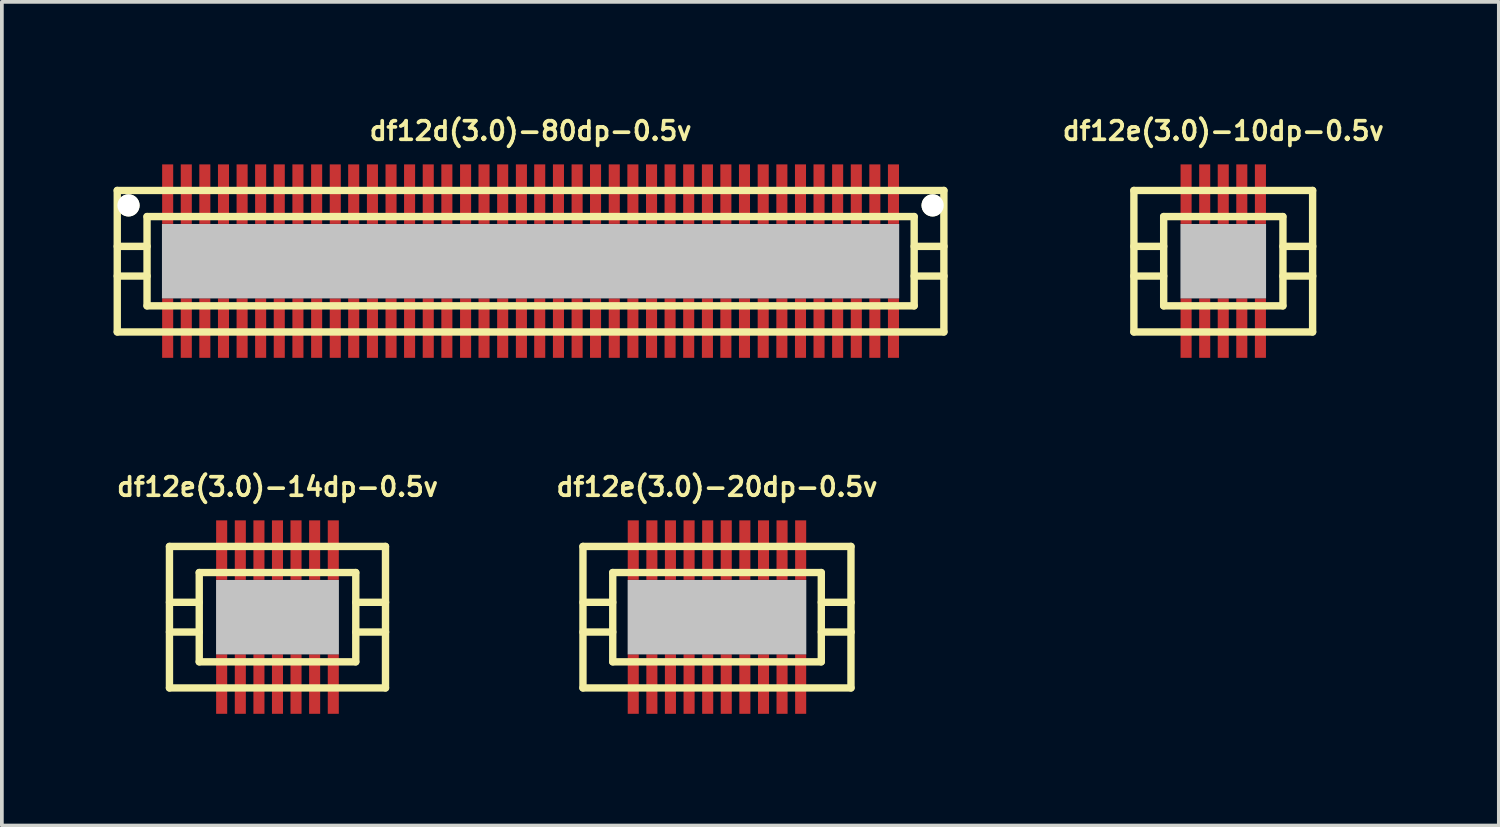
<source format=kicad_pcb>
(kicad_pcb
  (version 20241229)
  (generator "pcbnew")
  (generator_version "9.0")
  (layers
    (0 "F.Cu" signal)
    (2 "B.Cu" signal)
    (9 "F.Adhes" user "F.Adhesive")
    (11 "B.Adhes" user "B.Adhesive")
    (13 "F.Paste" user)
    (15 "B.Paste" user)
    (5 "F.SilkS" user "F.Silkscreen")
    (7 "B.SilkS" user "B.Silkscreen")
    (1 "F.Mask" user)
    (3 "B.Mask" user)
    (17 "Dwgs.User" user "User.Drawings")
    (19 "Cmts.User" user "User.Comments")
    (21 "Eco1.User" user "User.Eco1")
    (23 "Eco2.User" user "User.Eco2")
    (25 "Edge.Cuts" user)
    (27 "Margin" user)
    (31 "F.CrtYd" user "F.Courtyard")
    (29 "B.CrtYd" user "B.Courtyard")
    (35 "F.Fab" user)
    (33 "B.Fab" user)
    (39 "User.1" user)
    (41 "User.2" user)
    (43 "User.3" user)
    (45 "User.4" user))
  (footprint "df12e(3.0)-14dp-0.5v"
    (layer "F.Cu")
    (at 4.402 13.525)
    (property "Reference" "df12e(3.0)-14dp-0.5v" (at 0 -3.5 0) (layer "F.SilkS") (effects (font (size 0.498 0.498) (thickness 0.099))))
    (attr smd)
    (fp_line (start -2.901 -1.9) (end -2.901 1.9) (stroke (width 0.198) (type solid)) (layer "F.SilkS"))
    (fp_line (start -2.901 -1.9) (end 2.901 -1.9) (stroke (width 0.198) (type solid)) (layer "F.SilkS"))
    (fp_line (start -2.101 -0.399) (end -2.901 -0.399) (stroke (width 0.198) (type solid)) (layer "F.SilkS"))
    (fp_line (start -2.101 0.399) (end -2.901 0.399) (stroke (width 0.198) (type solid)) (layer "F.SilkS"))
    (fp_line (start -2.101 1.199) (end -2.101 -1.199) (stroke (width 0.198) (type solid)) (layer "F.SilkS"))
    (fp_line (start -2.101 1.199) (end 2.101 1.199) (stroke (width 0.198) (type solid)) (layer "F.SilkS"))
    (fp_line (start 2.101 -1.199) (end -2.101 -1.199) (stroke (width 0.198) (type solid)) (layer "F.SilkS"))
    (fp_line (start 2.103 -1.199) (end 2.103 1.199) (stroke (width 0.198) (type solid)) (layer "F.SilkS"))
    (fp_line (start 2.103 -0.399) (end 2.903 -0.399) (stroke (width 0.198) (type solid)) (layer "F.SilkS"))
    (fp_line (start 2.901 1.9) (end -2.901 1.9) (stroke (width 0.198) (type solid)) (layer "F.SilkS"))
    (fp_line (start 2.901 1.9) (end 2.901 -1.9) (stroke (width 0.198) (type solid)) (layer "F.SilkS"))
    (fp_line (start 2.903 0.399) (end 2.103 0.399) (stroke (width 0.198) (type solid)) (layer "F.SilkS"))
    (pad "" smd rect (at 0 0) (size 3.299 1.999) (layers "Dwgs.User"))
    (pad "1" smd rect (at 1.499 1.796) (size 0.297 1.598) (layers "F.Cu" "F.Mask" "F.Paste"))
    (pad "2" smd rect (at 0.998 1.796) (size 0.297 1.598) (layers "F.Cu" "F.Mask" "F.Paste"))
    (pad "3" smd rect (at 0.498 1.796) (size 0.297 1.598) (layers "F.Cu" "F.Mask" "F.Paste"))
    (pad "4" smd rect (at 0 1.796) (size 0.297 1.598) (layers "F.Cu" "F.Mask" "F.Paste"))
    (pad "5" smd rect (at -0.498 1.796) (size 0.297 1.598) (layers "F.Cu" "F.Mask" "F.Paste"))
    (pad "6" smd rect (at -0.998 1.796) (size 0.297 1.598) (layers "F.Cu" "F.Mask" "F.Paste"))
    (pad "7" smd rect (at -1.499 1.796) (size 0.297 1.598) (layers "F.Cu" "F.Mask" "F.Paste"))
    (pad "8" smd rect (at -1.499 -1.801) (size 0.297 1.598) (layers "F.Cu" "F.Mask" "F.Paste"))
    (pad "9" smd rect (at -0.998 -1.801) (size 0.297 1.598) (layers "F.Cu" "F.Mask" "F.Paste"))
    (pad "10" smd rect (at -0.498 -1.801) (size 0.297 1.598) (layers "F.Cu" "F.Mask" "F.Paste"))
    (pad "11" smd rect (at 0 -1.801) (size 0.297 1.598) (layers "F.Cu" "F.Mask" "F.Paste"))
    (pad "12" smd rect (at 0.498 -1.801) (size 0.297 1.598) (layers "F.Cu" "F.Mask" "F.Paste"))
    (pad "13" smd rect (at 0.998 -1.801) (size 0.297 1.598) (layers "F.Cu" "F.Mask" "F.Paste"))
    (pad "14" smd rect (at 1.499 -1.801) (size 0.297 1.598) (layers "F.Cu" "F.Mask" "F.Paste")))
  (footprint "df12e(3.0)-10dp-0.5v"
    (layer "F.Cu")
    (at 29.802 3.965)
    (property "Reference" "df12e(3.0)-10dp-0.5v" (at 0 -3.5 0) (layer "F.SilkS") (effects (font (size 0.498 0.498) (thickness 0.099))))
    (attr smd)
    (fp_line (start -2.4 -1.9) (end -2.4 1.9) (stroke (width 0.198) (type solid)) (layer "F.SilkS"))
    (fp_line (start -2.4 -1.9) (end 2.4 -1.9) (stroke (width 0.198) (type solid)) (layer "F.SilkS"))
    (fp_line (start -1.6 -0.399) (end -2.4 -0.399) (stroke (width 0.198) (type solid)) (layer "F.SilkS"))
    (fp_line (start -1.6 0.399) (end -2.4 0.399) (stroke (width 0.198) (type solid)) (layer "F.SilkS"))
    (fp_line (start -1.6 1.199) (end -1.6 -1.199) (stroke (width 0.198) (type solid)) (layer "F.SilkS"))
    (fp_line (start -1.6 1.199) (end 1.6 1.199) (stroke (width 0.198) (type solid)) (layer "F.SilkS"))
    (fp_line (start 1.6 -1.199) (end -1.6 -1.199) (stroke (width 0.198) (type solid)) (layer "F.SilkS"))
    (fp_line (start 1.603 -1.199) (end 1.603 1.199) (stroke (width 0.198) (type solid)) (layer "F.SilkS"))
    (fp_line (start 1.603 -0.399) (end 2.403 -0.399) (stroke (width 0.198) (type solid)) (layer "F.SilkS"))
    (fp_line (start 2.4 1.9) (end -2.4 1.9) (stroke (width 0.198) (type solid)) (layer "F.SilkS"))
    (fp_line (start 2.4 1.9) (end 2.4 -1.9) (stroke (width 0.198) (type solid)) (layer "F.SilkS"))
    (fp_line (start 2.403 0.399) (end 1.603 0.399) (stroke (width 0.198) (type solid)) (layer "F.SilkS"))
    (pad "" smd rect (at 0 0) (size 2.299 1.999) (layers "Dwgs.User"))
    (pad "1" smd rect (at 0.998 1.796) (size 0.297 1.598) (layers "F.Cu" "F.Mask" "F.Paste"))
    (pad "2" smd rect (at 0.498 1.796) (size 0.297 1.598) (layers "F.Cu" "F.Mask" "F.Paste"))
    (pad "3" smd rect (at 0 1.796) (size 0.297 1.598) (layers "F.Cu" "F.Mask" "F.Paste"))
    (pad "4" smd rect (at -0.498 1.796) (size 0.297 1.598) (layers "F.Cu" "F.Mask" "F.Paste"))
    (pad "5" smd rect (at -0.998 1.796) (size 0.297 1.598) (layers "F.Cu" "F.Mask" "F.Paste"))
    (pad "6" smd rect (at -0.998 -1.801) (size 0.297 1.598) (layers "F.Cu" "F.Mask" "F.Paste"))
    (pad "7" smd rect (at -0.498 -1.801) (size 0.297 1.598) (layers "F.Cu" "F.Mask" "F.Paste"))
    (pad "8" smd rect (at 0 -1.801) (size 0.297 1.598) (layers "F.Cu" "F.Mask" "F.Paste"))
    (pad "9" smd rect (at 0.498 -1.801) (size 0.297 1.598) (layers "F.Cu" "F.Mask" "F.Paste"))
    (pad "10" smd rect (at 0.998 -1.801) (size 0.297 1.598) (layers "F.Cu" "F.Mask" "F.Paste")))
  (footprint "df12e(3.0)-20dp-0.5v"
    (layer "F.Cu")
    (at 16.205 13.525)
    (property "Reference" "df12e(3.0)-20dp-0.5v" (at 0 -3.5 0) (layer "F.SilkS") (effects (font (size 0.498 0.498) (thickness 0.099))))
    (attr smd)
    (fp_line (start -3.599 -1.9) (end -3.599 1.9) (stroke (width 0.198) (type solid)) (layer "F.SilkS"))
    (fp_line (start -3.599 -1.9) (end 3.599 -1.9) (stroke (width 0.198) (type solid)) (layer "F.SilkS"))
    (fp_line (start -2.799 -0.399) (end -3.599 -0.399) (stroke (width 0.198) (type solid)) (layer "F.SilkS"))
    (fp_line (start -2.799 0.399) (end -3.599 0.399) (stroke (width 0.198) (type solid)) (layer "F.SilkS"))
    (fp_line (start -2.799 1.199) (end -2.799 -1.199) (stroke (width 0.198) (type solid)) (layer "F.SilkS"))
    (fp_line (start -2.799 1.199) (end 2.799 1.199) (stroke (width 0.198) (type solid)) (layer "F.SilkS"))
    (fp_line (start 2.799 -1.199) (end -2.799 -1.199) (stroke (width 0.198) (type solid)) (layer "F.SilkS"))
    (fp_line (start 2.802 -1.199) (end 2.802 1.199) (stroke (width 0.198) (type solid)) (layer "F.SilkS"))
    (fp_line (start 2.802 -0.399) (end 3.602 -0.399) (stroke (width 0.198) (type solid)) (layer "F.SilkS"))
    (fp_line (start 3.599 1.9) (end -3.599 1.9) (stroke (width 0.198) (type solid)) (layer "F.SilkS"))
    (fp_line (start 3.599 1.9) (end 3.599 -1.9) (stroke (width 0.198) (type solid)) (layer "F.SilkS"))
    (fp_line (start 3.602 0.399) (end 2.802 0.399) (stroke (width 0.198) (type solid)) (layer "F.SilkS"))
    (pad "" smd rect (at 0 0) (size 4.798 1.999) (layers "Dwgs.User"))
    (pad "1" smd rect (at 2.248 1.796) (size 0.297 1.598) (layers "F.Cu" "F.Mask" "F.Paste"))
    (pad "2" smd rect (at 1.748 1.796) (size 0.297 1.598) (layers "F.Cu" "F.Mask" "F.Paste"))
    (pad "3" smd rect (at 1.25 1.796) (size 0.297 1.598) (layers "F.Cu" "F.Mask" "F.Paste"))
    (pad "4" smd rect (at 0.749 1.796) (size 0.297 1.598) (layers "F.Cu" "F.Mask" "F.Paste"))
    (pad "5" smd rect (at 0.249 1.796) (size 0.297 1.598) (layers "F.Cu" "F.Mask" "F.Paste"))
    (pad "6" smd rect (at -0.249 1.796) (size 0.297 1.598) (layers "F.Cu" "F.Mask" "F.Paste"))
    (pad "7" smd rect (at -0.749 1.796) (size 0.297 1.598) (layers "F.Cu" "F.Mask" "F.Paste"))
    (pad "8" smd rect (at -1.25 1.796) (size 0.297 1.598) (layers "F.Cu" "F.Mask" "F.Paste"))
    (pad "9" smd rect (at -1.748 1.796) (size 0.297 1.598) (layers "F.Cu" "F.Mask" "F.Paste"))
    (pad "10" smd rect (at -2.248 1.796) (size 0.297 1.598) (layers "F.Cu" "F.Mask" "F.Paste"))
    (pad "11" smd rect (at -2.248 -1.801) (size 0.297 1.598) (layers "F.Cu" "F.Mask" "F.Paste"))
    (pad "12" smd rect (at -1.748 -1.801) (size 0.297 1.598) (layers "F.Cu" "F.Mask" "F.Paste"))
    (pad "13" smd rect (at -1.25 -1.801) (size 0.297 1.598) (layers "F.Cu" "F.Mask" "F.Paste"))
    (pad "14" smd rect (at -0.749 -1.801) (size 0.297 1.598) (layers "F.Cu" "F.Mask" "F.Paste"))
    (pad "15" smd rect (at -0.249 -1.801) (size 0.297 1.598) (layers "F.Cu" "F.Mask" "F.Paste"))
    (pad "16" smd rect (at 0.249 -1.801) (size 0.297 1.598) (layers "F.Cu" "F.Mask" "F.Paste"))
    (pad "17" smd rect (at 0.749 -1.801) (size 0.297 1.598) (layers "F.Cu" "F.Mask" "F.Paste"))
    (pad "18" smd rect (at 1.25 -1.801) (size 0.297 1.598) (layers "F.Cu" "F.Mask" "F.Paste"))
    (pad "19" smd rect (at 1.748 -1.801) (size 0.297 1.598) (layers "F.Cu" "F.Mask" "F.Paste"))
    (pad "20" smd rect (at 2.248 -1.801) (size 0.297 1.598) (layers "F.Cu" "F.Mask" "F.Paste")))
  (footprint "df12d(3.0)-80dp-0.5v"
    (layer "F.Cu")
    (at 11.199 3.965)
    (property "Reference" "df12d(3.0)-80dp-0.5v" (at 0 -3.5 0) (layer "F.SilkS") (effects (font (size 0.498 0.498) (thickness 0.099))))
    (attr smd)
    (fp_line (start -11.1 -1.9) (end -11.1 1.9) (stroke (width 0.198) (type solid)) (layer "F.SilkS"))
    (fp_line (start -11.1 -1.9) (end 11.1 -1.9) (stroke (width 0.198) (type solid)) (layer "F.SilkS"))
    (fp_line (start -10.3 -0.399) (end -11.1 -0.399) (stroke (width 0.198) (type solid)) (layer "F.SilkS"))
    (fp_line (start -10.3 0.399) (end -11.1 0.399) (stroke (width 0.198) (type solid)) (layer "F.SilkS"))
    (fp_line (start -10.3 1.199) (end -10.3 -1.199) (stroke (width 0.198) (type solid)) (layer "F.SilkS"))
    (fp_line (start -10.3 1.199) (end 10.3 1.199) (stroke (width 0.198) (type solid)) (layer "F.SilkS"))
    (fp_line (start 10.3 -1.199) (end -10.3 -1.199) (stroke (width 0.198) (type solid)) (layer "F.SilkS"))
    (fp_line (start 10.302 -1.199) (end 10.302 1.199) (stroke (width 0.198) (type solid)) (layer "F.SilkS"))
    (fp_line (start 10.302 -0.399) (end 11.102 -0.399) (stroke (width 0.198) (type solid)) (layer "F.SilkS"))
    (fp_line (start 11.1 1.9) (end -11.1 1.9) (stroke (width 0.198) (type solid)) (layer "F.SilkS"))
    (fp_line (start 11.1 1.9) (end 11.1 -1.9) (stroke (width 0.198) (type solid)) (layer "F.SilkS"))
    (fp_line (start 11.102 0.399) (end 10.302 0.399) (stroke (width 0.198) (type solid)) (layer "F.SilkS"))
    (pad "" np_thru_hole circle (at -10.798 -1.499) (size 0.597 0.597) (drill 0.597) (layers "*.Cu" "*.Mask" "F.SilkS"))
    (pad "" smd rect (at 0 0) (size 19.799 1.999) (layers "Dwgs.User"))
    (pad "" np_thru_hole circle (at 10.798 -1.499) (size 0.597 0.597) (drill 0.597) (layers "*.Cu" "*.Mask" "F.SilkS"))
    (pad "1" smd rect (at 9.746 1.796) (size 0.297 1.598) (layers "F.Cu" "F.Mask" "F.Paste"))
    (pad "2" smd rect (at 9.246 1.796) (size 0.297 1.598) (layers "F.Cu" "F.Mask" "F.Paste"))
    (pad "3" smd rect (at 8.748 1.796) (size 0.297 1.598) (layers "F.Cu" "F.Mask" "F.Paste"))
    (pad "4" smd rect (at 8.247 1.796) (size 0.297 1.598) (layers "F.Cu" "F.Mask" "F.Paste"))
    (pad "5" smd rect (at 7.747 1.796) (size 0.297 1.598) (layers "F.Cu" "F.Mask" "F.Paste"))
    (pad "6" smd rect (at 7.249 1.796) (size 0.297 1.598) (layers "F.Cu" "F.Mask" "F.Paste"))
    (pad "7" smd rect (at 6.749 1.796) (size 0.297 1.598) (layers "F.Cu" "F.Mask" "F.Paste"))
    (pad "8" smd rect (at 6.248 1.796) (size 0.297 1.598) (layers "F.Cu" "F.Mask" "F.Paste"))
    (pad "9" smd rect (at 5.745 1.796) (size 0.297 1.598) (layers "F.Cu" "F.Mask" "F.Paste"))
    (pad "10" smd rect (at 5.245 1.796) (size 0.297 1.598) (layers "F.Cu" "F.Mask" "F.Paste"))
    (pad "11" smd rect (at 4.75 1.796) (size 0.297 1.598) (layers "F.Cu" "F.Mask" "F.Paste"))
    (pad "12" smd rect (at 4.247 1.796) (size 0.297 1.598) (layers "F.Cu" "F.Mask" "F.Paste"))
    (pad "13" smd rect (at 3.747 1.796) (size 0.297 1.598) (layers "F.Cu" "F.Mask" "F.Paste"))
    (pad "14" smd rect (at 3.249 1.796) (size 0.297 1.598) (layers "F.Cu" "F.Mask" "F.Paste"))
    (pad "15" smd rect (at 2.748 1.796) (size 0.297 1.598) (layers "F.Cu" "F.Mask" "F.Paste"))
    (pad "16" smd rect (at 2.248 1.796) (size 0.297 1.598) (layers "F.Cu" "F.Mask" "F.Paste"))
    (pad "17" smd rect (at 1.745 1.796) (size 0.297 1.598) (layers "F.Cu" "F.Mask" "F.Paste"))
    (pad "18" smd rect (at 1.25 1.796) (size 0.297 1.598) (layers "F.Cu" "F.Mask" "F.Paste"))
    (pad "19" smd rect (at 0.749 1.796) (size 0.297 1.598) (layers "F.Cu" "F.Mask" "F.Paste"))
    (pad "20" smd rect (at 0.246 1.796) (size 0.297 1.598) (layers "F.Cu" "F.Mask" "F.Paste"))
    (pad "21" smd rect (at -0.246 1.796) (size 0.297 1.598) (layers "F.Cu" "F.Mask" "F.Paste"))
    (pad "22" smd rect (at -0.749 1.796) (size 0.297 1.598) (layers "F.Cu" "F.Mask" "F.Paste"))
    (pad "23" smd rect (at -1.25 1.796) (size 0.297 1.598) (layers "F.Cu" "F.Mask" "F.Paste"))
    (pad "24" smd rect (at -1.745 1.796) (size 0.297 1.598) (layers "F.Cu" "F.Mask" "F.Paste"))
    (pad "25" smd rect (at -2.248 1.796) (size 0.297 1.598) (layers "F.Cu" "F.Mask" "F.Paste"))
    (pad "26" smd rect (at -2.748 1.796) (size 0.297 1.598) (layers "F.Cu" "F.Mask" "F.Paste"))
    (pad "27" smd rect (at -3.249 1.796) (size 0.297 1.598) (layers "F.Cu" "F.Mask" "F.Paste"))
    (pad "28" smd rect (at -3.747 1.796) (size 0.297 1.598) (layers "F.Cu" "F.Mask" "F.Paste"))
    (pad "29" smd rect (at -4.247 1.796) (size 0.297 1.598) (layers "F.Cu" "F.Mask" "F.Paste"))
    (pad "30" smd rect (at -4.75 1.796) (size 0.297 1.598) (layers "F.Cu" "F.Mask" "F.Paste"))
    (pad "31" smd rect (at -5.245 1.796) (size 0.297 1.598) (layers "F.Cu" "F.Mask" "F.Paste"))
    (pad "32" smd rect (at -5.745 1.796) (size 0.297 1.598) (layers "F.Cu" "F.Mask" "F.Paste"))
    (pad "33" smd rect (at -6.248 1.796) (size 0.297 1.598) (layers "F.Cu" "F.Mask" "F.Paste"))
    (pad "34" smd rect (at -6.749 1.796) (size 0.297 1.598) (layers "F.Cu" "F.Mask" "F.Paste"))
    (pad "35" smd rect (at -7.249 1.796) (size 0.297 1.598) (layers "F.Cu" "F.Mask" "F.Paste"))
    (pad "36" smd rect (at -7.747 1.796) (size 0.297 1.598) (layers "F.Cu" "F.Mask" "F.Paste"))
    (pad "37" smd rect (at -8.247 1.796) (size 0.297 1.598) (layers "F.Cu" "F.Mask" "F.Paste"))
    (pad "38" smd rect (at -8.748 1.796) (size 0.297 1.598) (layers "F.Cu" "F.Mask" "F.Paste"))
    (pad "39" smd rect (at -9.246 1.796) (size 0.297 1.598) (layers "F.Cu" "F.Mask" "F.Paste"))
    (pad "40" smd rect (at -9.746 1.796) (size 0.297 1.598) (layers "F.Cu" "F.Mask" "F.Paste"))
    (pad "41" smd rect (at -9.746 -1.801) (size 0.297 1.598) (layers "F.Cu" "F.Mask" "F.Paste"))
    (pad "42" smd rect (at -9.246 -1.801) (size 0.297 1.598) (layers "F.Cu" "F.Mask" "F.Paste"))
    (pad "43" smd rect (at -8.748 -1.801) (size 0.297 1.598) (layers "F.Cu" "F.Mask" "F.Paste"))
    (pad "44" smd rect (at -8.247 -1.801) (size 0.297 1.598) (layers "F.Cu" "F.Mask" "F.Paste"))
    (pad "45" smd rect (at -7.747 -1.801) (size 0.297 1.598) (layers "F.Cu" "F.Mask" "F.Paste"))
    (pad "46" smd rect (at -7.249 -1.801) (size 0.297 1.598) (layers "F.Cu" "F.Mask" "F.Paste"))
    (pad "47" smd rect (at -6.749 -1.801) (size 0.297 1.598) (layers "F.Cu" "F.Mask" "F.Paste"))
    (pad "48" smd rect (at -6.248 -1.801) (size 0.297 1.598) (layers "F.Cu" "F.Mask" "F.Paste"))
    (pad "49" smd rect (at -5.745 -1.801) (size 0.297 1.598) (layers "F.Cu" "F.Mask" "F.Paste"))
    (pad "50" smd rect (at -5.245 -1.801) (size 0.297 1.598) (layers "F.Cu" "F.Mask" "F.Paste"))
    (pad "51" smd rect (at -4.75 -1.801) (size 0.297 1.598) (layers "F.Cu" "F.Mask" "F.Paste"))
    (pad "52" smd rect (at -4.247 -1.801) (size 0.297 1.598) (layers "F.Cu" "F.Mask" "F.Paste"))
    (pad "53" smd rect (at -3.747 -1.801) (size 0.297 1.598) (layers "F.Cu" "F.Mask" "F.Paste"))
    (pad "54" smd rect (at -3.249 -1.801) (size 0.297 1.598) (layers "F.Cu" "F.Mask" "F.Paste"))
    (pad "55" smd rect (at -2.748 -1.801) (size 0.297 1.598) (layers "F.Cu" "F.Mask" "F.Paste"))
    (pad "56" smd rect (at -2.248 -1.801) (size 0.297 1.598) (layers "F.Cu" "F.Mask" "F.Paste"))
    (pad "57" smd rect (at -1.745 -1.801) (size 0.297 1.598) (layers "F.Cu" "F.Mask" "F.Paste"))
    (pad "58" smd rect (at -1.25 -1.801) (size 0.297 1.598) (layers "F.Cu" "F.Mask" "F.Paste"))
    (pad "59" smd rect (at -0.749 -1.801) (size 0.297 1.598) (layers "F.Cu" "F.Mask" "F.Paste"))
    (pad "60" smd rect (at -0.246 -1.801) (size 0.297 1.598) (layers "F.Cu" "F.Mask" "F.Paste"))
    (pad "61" smd rect (at 0.246 -1.801) (size 0.297 1.598) (layers "F.Cu" "F.Mask" "F.Paste"))
    (pad "62" smd rect (at 0.749 -1.801) (size 0.297 1.598) (layers "F.Cu" "F.Mask" "F.Paste"))
    (pad "63" smd rect (at 1.25 -1.801) (size 0.297 1.598) (layers "F.Cu" "F.Mask" "F.Paste"))
    (pad "64" smd rect (at 1.745 -1.801) (size 0.297 1.598) (layers "F.Cu" "F.Mask" "F.Paste"))
    (pad "65" smd rect (at 2.248 -1.801) (size 0.297 1.598) (layers "F.Cu" "F.Mask" "F.Paste"))
    (pad "66" smd rect (at 2.748 -1.801) (size 0.297 1.598) (layers "F.Cu" "F.Mask" "F.Paste"))
    (pad "67" smd rect (at 3.249 -1.801) (size 0.297 1.598) (layers "F.Cu" "F.Mask" "F.Paste"))
    (pad "68" smd rect (at 3.747 -1.801) (size 0.297 1.598) (layers "F.Cu" "F.Mask" "F.Paste"))
    (pad "69" smd rect (at 4.247 -1.801) (size 0.297 1.598) (layers "F.Cu" "F.Mask" "F.Paste"))
    (pad "70" smd rect (at 4.75 -1.801) (size 0.297 1.598) (layers "F.Cu" "F.Mask" "F.Paste"))
    (pad "71" smd rect (at 5.245 -1.801) (size 0.297 1.598) (layers "F.Cu" "F.Mask" "F.Paste"))
    (pad "72" smd rect (at 5.745 -1.801) (size 0.297 1.598) (layers "F.Cu" "F.Mask" "F.Paste"))
    (pad "73" smd rect (at 6.248 -1.801) (size 0.297 1.598) (layers "F.Cu" "F.Mask" "F.Paste"))
    (pad "74" smd rect (at 6.749 -1.801) (size 0.297 1.598) (layers "F.Cu" "F.Mask" "F.Paste"))
    (pad "75" smd rect (at 7.249 -1.801) (size 0.297 1.598) (layers "F.Cu" "F.Mask" "F.Paste"))
    (pad "76" smd rect (at 7.747 -1.801) (size 0.297 1.598) (layers "F.Cu" "F.Mask" "F.Paste"))
    (pad "77" smd rect (at 8.247 -1.801) (size 0.297 1.598) (layers "F.Cu" "F.Mask" "F.Paste"))
    (pad "78" smd rect (at 8.748 -1.801) (size 0.297 1.598) (layers "F.Cu" "F.Mask" "F.Paste"))
    (pad "79" smd rect (at 9.246 -1.801) (size 0.297 1.598) (layers "F.Cu" "F.Mask" "F.Paste"))
    (pad "80" smd rect (at 9.746 -1.801) (size 0.297 1.598) (layers "F.Cu" "F.Mask" "F.Paste")))
  (gr_rect
    (start -3 -3)
    (end 37.203 19.12)
    (stroke (width 0.1) (type default))
    (fill no)
    (layer "Edge.Cuts")))
</source>
